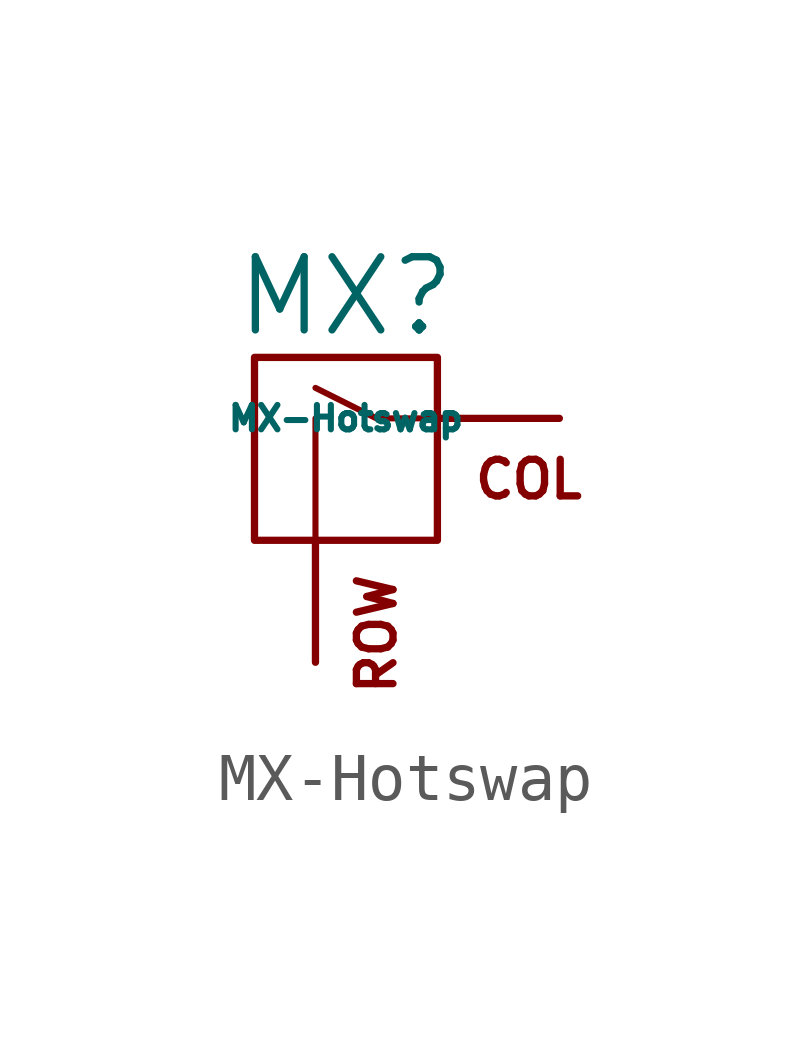
<source format=kicad_sym>
(kicad_symbol_lib
  (version 20241209)
  (generator "kicad_symbol_editor")
  (generator_version "9.0")
  (symbol "MX-Hotswap"
    (pin_names
      (offset 1.016))
    (property "Reference" "MX"
      (at -0.635 3.81 0)
      (effects (font (size 1.524 1.524))))
    (property "Value" "MX-Hotswap"
      (at -0.635 1.27 0)
      (effects (font (size 0.508 0.508))))
    (symbol "MX-Hotswap_0_0"
      (rectangle (start -2.54 2.54) (end 1.27 -1.27) (stroke (width 0) (type solid)) (fill (type none)))
      (polyline (pts (xy -1.27 -1.27) (xy -1.27 1.27)) (stroke (width 0.127) (type solid)) (fill (type none)))
      (polyline (pts (xy 1.27 1.27) (xy 0 1.27) (xy -1.27 1.905)) (stroke (width 0.127) (type solid)) (fill (type none)))
      (text "ROW" (at 0 -1.905 900) (effects (font (size 0.762 0.762)) (justify right)))
      (text "COL" (at 3.175 0 0) (effects (font (size 0.762 0.762)))))
    (symbol "MX-Hotswap_1_1"
      (pin passive line (at -1.27 -3.81 90) (length 2.54) (name "ROW" (effects (font (size 0 0)))) (number "2" (effects (font (size 0 0)))))
      (pin passive line (at 3.81 1.27 180) (length 2.54) (name "COL" (effects (font (size 0 0)))) (number "1" (effects (font (size 0 0))))))))
</source>
